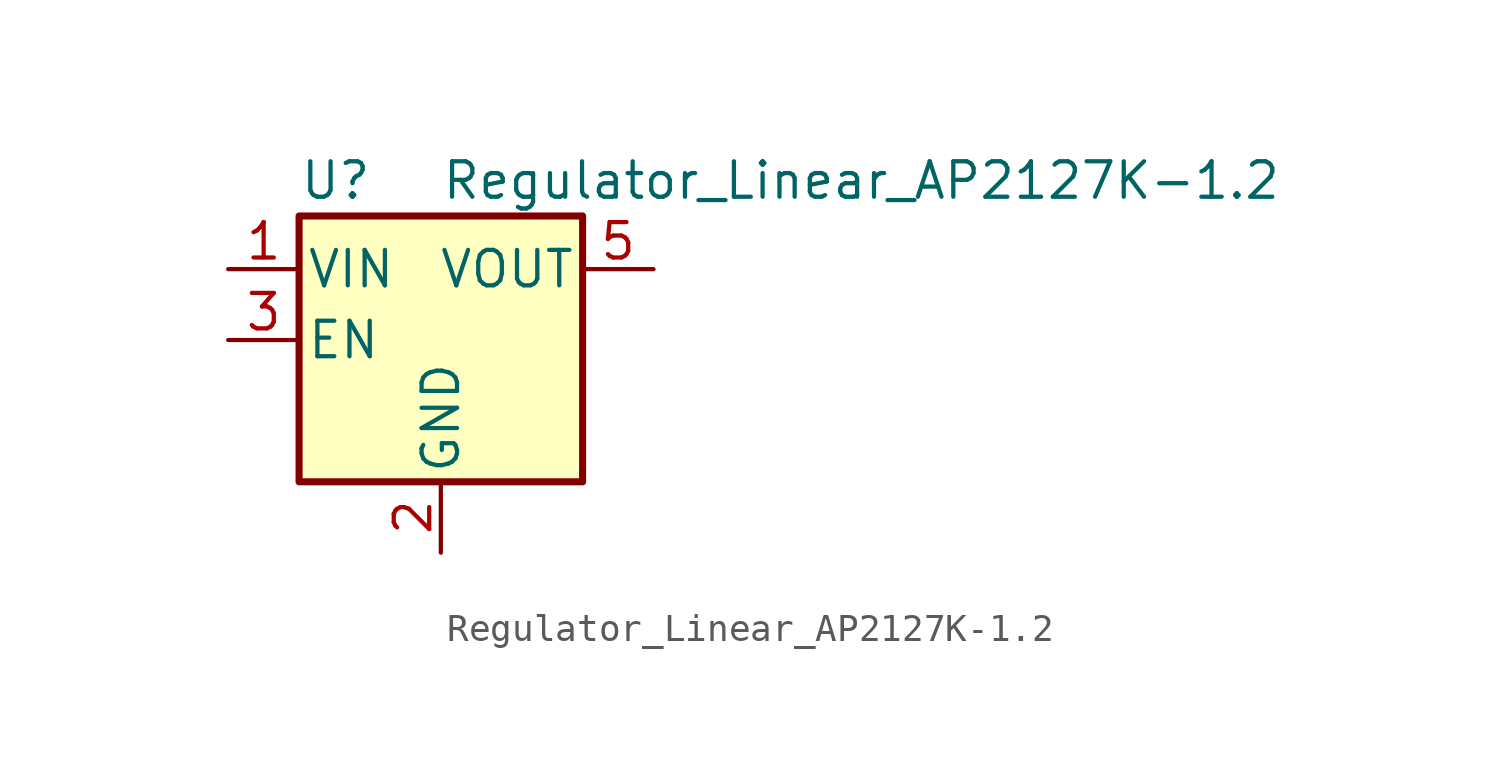
<source format=kicad_sym>
(kicad_symbol_lib
  (version 20220914)
  (generator kicad_symbol_editor)
  (symbol "Regulator_Linear_AP2127K-1.2"
    (pin_names
      (offset 0.254))
    (property "Reference" "U"
      (at -5.08 5.715 0)
      (effects (font (size 1.27 1.27)) (justify left)))
    (property "Value" "Regulator_Linear_AP2127K-1.2"
      (at 0 5.715 0)
      (effects (font (size 1.27 1.27)) (justify left)))
    (symbol "Regulator_Linear_AP2127K-1.2_0_1"
      (rectangle (start -5.08 4.445) (end 5.08 -5.08) (stroke (width 0.254) (type solid)) (fill (type background))))
    (symbol "Regulator_Linear_AP2127K-1.2_1_1"
      (pin power_in line (at -7.62 2.54 0) (length 2.54) (name "VIN" (effects (font (size 1.27 1.27)))) (number "1" (effects (font (size 1.27 1.27)))))
      (pin power_in line (at 0 -7.62 90) (length 2.54) (name "GND" (effects (font (size 1.27 1.27)))) (number "2" (effects (font (size 1.27 1.27)))))
      (pin input line (at -7.62 0 0) (length 2.54) (name "EN" (effects (font (size 1.27 1.27)))) (number "3" (effects (font (size 1.27 1.27)))))
      (pin no_connect line (at 7.62 0 180) (length 2.54) hide (name "NC" (effects (font (size 1.27 1.27)))) (number "4" (effects (font (size 1.27 1.27)))))
      (pin power_out line (at 7.62 2.54 180) (length 2.54) (name "VOUT" (effects (font (size 1.27 1.27)))) (number "5" (effects (font (size 1.27 1.27))))))))
</source>
